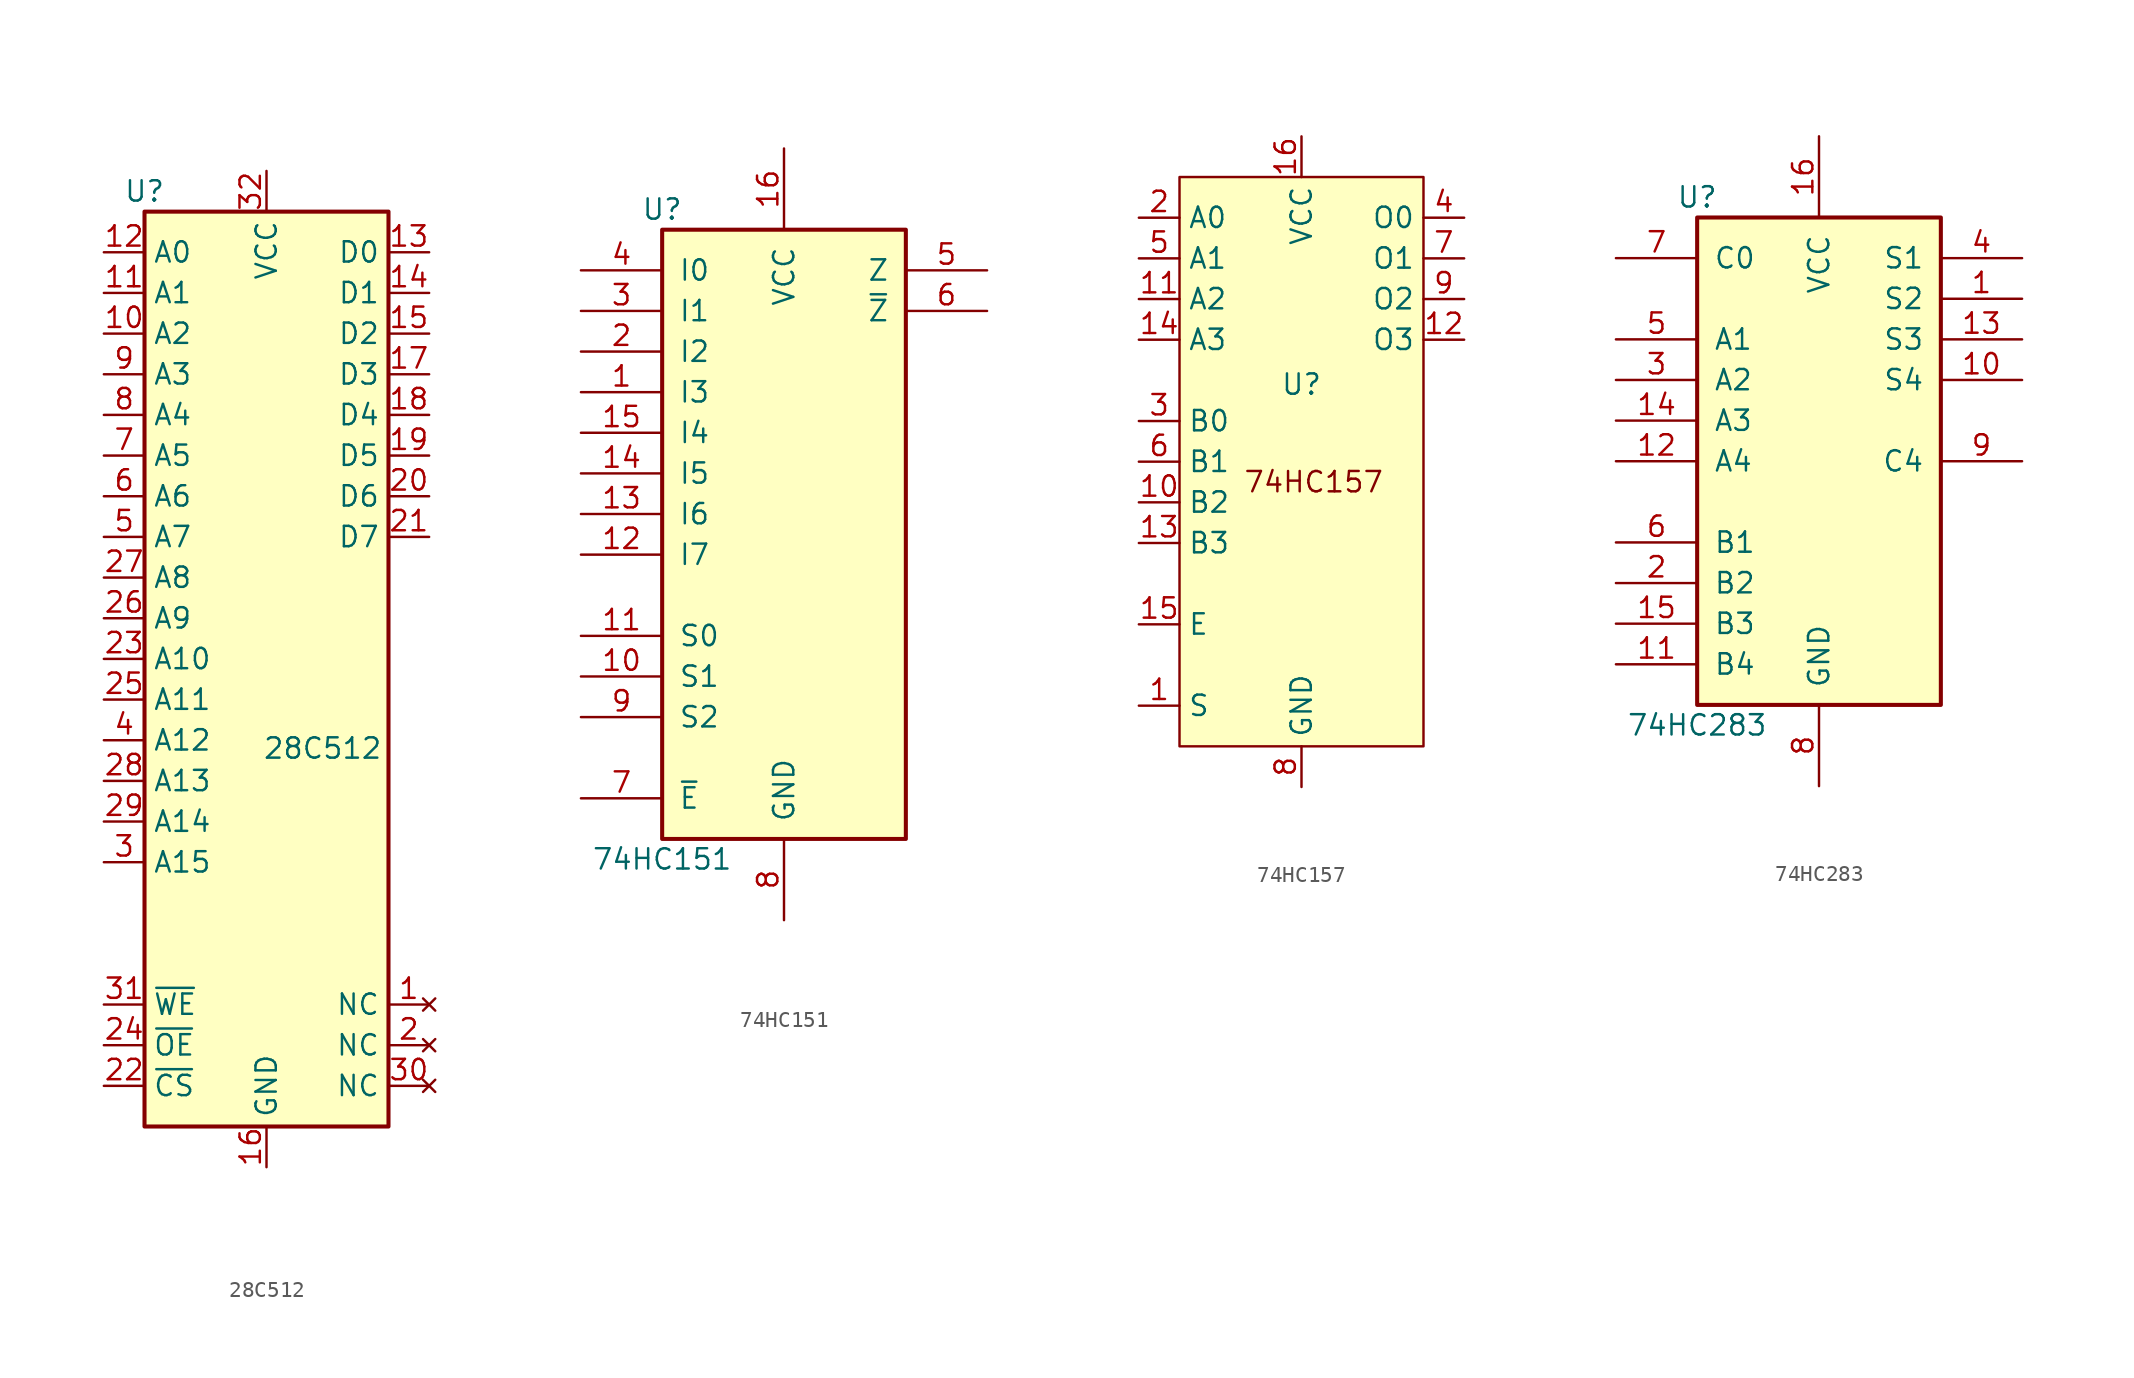
<source format=kicad_sym>
(kicad_symbol_lib
  (version 20241209)
  (generator "kicad_symbol_editor")
  (generator_version "9.0")
  (symbol "28C512"
    (property "Reference" "U"
      (at -7.62 26.67 0)
      (effects (font (size 1.27 1.27))))
    (property "Value" "28C512"
      (at -0.254 -8.128 0)
      (effects (font (size 1.27 1.27)) (justify left)))
    (symbol "28C512_1_1"
      (rectangle (start -7.62 25.4) (end 7.62 -31.75) (stroke (width 0.254) (type default)) (fill (type background)))
      (pin input line (at -10.16 22.86 0) (length 2.54) (name "A0" (effects (font (size 1.27 1.27)))) (number "12" (effects (font (size 1.27 1.27)))))
      (pin input line (at -10.16 20.32 0) (length 2.54) (name "A1" (effects (font (size 1.27 1.27)))) (number "11" (effects (font (size 1.27 1.27)))))
      (pin input line (at -10.16 17.78 0) (length 2.54) (name "A2" (effects (font (size 1.27 1.27)))) (number "10" (effects (font (size 1.27 1.27)))))
      (pin input line (at -10.16 15.24 0) (length 2.54) (name "A3" (effects (font (size 1.27 1.27)))) (number "9" (effects (font (size 1.27 1.27)))))
      (pin input line (at -10.16 12.7 0) (length 2.54) (name "A4" (effects (font (size 1.27 1.27)))) (number "8" (effects (font (size 1.27 1.27)))))
      (pin input line (at -10.16 10.16 0) (length 2.54) (name "A5" (effects (font (size 1.27 1.27)))) (number "7" (effects (font (size 1.27 1.27)))))
      (pin input line (at -10.16 7.62 0) (length 2.54) (name "A6" (effects (font (size 1.27 1.27)))) (number "6" (effects (font (size 1.27 1.27)))))
      (pin input line (at -10.16 5.08 0) (length 2.54) (name "A7" (effects (font (size 1.27 1.27)))) (number "5" (effects (font (size 1.27 1.27)))))
      (pin input line (at -10.16 2.54 0) (length 2.54) (name "A8" (effects (font (size 1.27 1.27)))) (number "27" (effects (font (size 1.27 1.27)))))
      (pin input line (at -10.16 0 0) (length 2.54) (name "A9" (effects (font (size 1.27 1.27)))) (number "26" (effects (font (size 1.27 1.27)))))
      (pin input line (at -10.16 -2.54 0) (length 2.54) (name "A10" (effects (font (size 1.27 1.27)))) (number "23" (effects (font (size 1.27 1.27)))))
      (pin input line (at -10.16 -5.08 0) (length 2.54) (name "A11" (effects (font (size 1.27 1.27)))) (number "25" (effects (font (size 1.27 1.27)))))
      (pin input line (at -10.16 -7.62 0) (length 2.54) (name "A12" (effects (font (size 1.27 1.27)))) (number "4" (effects (font (size 1.27 1.27)))))
      (pin input line (at -10.16 -10.16 0) (length 2.54) (name "A13" (effects (font (size 1.27 1.27)))) (number "28" (effects (font (size 1.27 1.27)))))
      (pin input line (at -10.16 -12.7 0) (length 2.54) (name "A14" (effects (font (size 1.27 1.27)))) (number "29" (effects (font (size 1.27 1.27)))))
      (pin input line (at -10.16 -15.24 0) (length 2.54) (name "A15" (effects (font (size 1.27 1.27)))) (number "3" (effects (font (size 1.27 1.27)))))
      (pin input line (at -10.16 -24.13 0) (length 2.54) (name "~{WE}" (effects (font (size 1.27 1.27)))) (number "31" (effects (font (size 1.27 1.27)))))
      (pin input line (at -10.16 -26.67 0) (length 2.54) (name "~{OE}" (effects (font (size 1.27 1.27)))) (number "24" (effects (font (size 1.27 1.27)))))
      (pin input line (at -10.16 -29.21 0) (length 2.54) (name "~{CS}" (effects (font (size 1.27 1.27)))) (number "22" (effects (font (size 1.27 1.27)))))
      (pin power_in line (at 0 27.94 270) (length 2.54) (name "VCC" (effects (font (size 1.27 1.27)))) (number "32" (effects (font (size 1.27 1.27)))))
      (pin power_in line (at 0 -34.29 90) (length 2.54) (name "GND" (effects (font (size 1.27 1.27)))) (number "16" (effects (font (size 1.27 1.27)))))
      (pin tri_state line (at 10.16 22.86 180) (length 2.54) (name "D0" (effects (font (size 1.27 1.27)))) (number "13" (effects (font (size 1.27 1.27)))))
      (pin tri_state line (at 10.16 20.32 180) (length 2.54) (name "D1" (effects (font (size 1.27 1.27)))) (number "14" (effects (font (size 1.27 1.27)))))
      (pin tri_state line (at 10.16 17.78 180) (length 2.54) (name "D2" (effects (font (size 1.27 1.27)))) (number "15" (effects (font (size 1.27 1.27)))))
      (pin tri_state line (at 10.16 15.24 180) (length 2.54) (name "D3" (effects (font (size 1.27 1.27)))) (number "17" (effects (font (size 1.27 1.27)))))
      (pin tri_state line (at 10.16 12.7 180) (length 2.54) (name "D4" (effects (font (size 1.27 1.27)))) (number "18" (effects (font (size 1.27 1.27)))))
      (pin tri_state line (at 10.16 10.16 180) (length 2.54) (name "D5" (effects (font (size 1.27 1.27)))) (number "19" (effects (font (size 1.27 1.27)))))
      (pin tri_state line (at 10.16 7.62 180) (length 2.54) (name "D6" (effects (font (size 1.27 1.27)))) (number "20" (effects (font (size 1.27 1.27)))))
      (pin tri_state line (at 10.16 5.08 180) (length 2.54) (name "D7" (effects (font (size 1.27 1.27)))) (number "21" (effects (font (size 1.27 1.27)))))
      (pin no_connect line (at 10.16 -24.13 180) (length 2.54) (name "NC" (effects (font (size 1.27 1.27)))) (number "1" (effects (font (size 1.27 1.27)))))
      (pin no_connect line (at 10.16 -26.67 180) (length 2.54) (name "NC" (effects (font (size 1.27 1.27)))) (number "2" (effects (font (size 1.27 1.27)))))
      (pin no_connect line (at 10.16 -29.21 180) (length 2.54) (name "NC" (effects (font (size 1.27 1.27)))) (number "30" (effects (font (size 1.27 1.27)))))))
  (symbol "74HC151"
    (pin_names
      (offset 1.016))
    (property "Reference" "U"
      (at -7.62 19.05 0)
      (effects (font (size 1.27 1.27))))
    (property "Value" "74HC151"
      (at -7.62 -21.59 0)
      (effects (font (size 1.27 1.27))))
    (property "ki_locked" ""
      (at 0 0 0)
      (effects (font (size 1.27 1.27))))
    (symbol "74HC151_1_0"
      (pin input line (at -12.7 15.24 0) (length 5.08) (name "I0" (effects (font (size 1.27 1.27)))) (number "4" (effects (font (size 1.27 1.27)))))
      (pin input line (at -12.7 12.7 0) (length 5.08) (name "I1" (effects (font (size 1.27 1.27)))) (number "3" (effects (font (size 1.27 1.27)))))
      (pin input line (at -12.7 10.16 0) (length 5.08) (name "I2" (effects (font (size 1.27 1.27)))) (number "2" (effects (font (size 1.27 1.27)))))
      (pin input line (at -12.7 7.62 0) (length 5.08) (name "I3" (effects (font (size 1.27 1.27)))) (number "1" (effects (font (size 1.27 1.27)))))
      (pin input line (at -12.7 5.08 0) (length 5.08) (name "I4" (effects (font (size 1.27 1.27)))) (number "15" (effects (font (size 1.27 1.27)))))
      (pin input line (at -12.7 2.54 0) (length 5.08) (name "I5" (effects (font (size 1.27 1.27)))) (number "14" (effects (font (size 1.27 1.27)))))
      (pin input line (at -12.7 0 0) (length 5.08) (name "I6" (effects (font (size 1.27 1.27)))) (number "13" (effects (font (size 1.27 1.27)))))
      (pin input line (at -12.7 -2.54 0) (length 5.08) (name "I7" (effects (font (size 1.27 1.27)))) (number "12" (effects (font (size 1.27 1.27)))))
      (pin input line (at -12.7 -7.62 0) (length 5.08) (name "S0" (effects (font (size 1.27 1.27)))) (number "11" (effects (font (size 1.27 1.27)))))
      (pin input line (at -12.7 -10.16 0) (length 5.08) (name "S1" (effects (font (size 1.27 1.27)))) (number "10" (effects (font (size 1.27 1.27)))))
      (pin input line (at -12.7 -12.7 0) (length 5.08) (name "S2" (effects (font (size 1.27 1.27)))) (number "9" (effects (font (size 1.27 1.27)))))
      (pin input line (at -12.7 -17.78 0) (length 5.08) (name "~{E}" (effects (font (size 1.27 1.27)))) (number "7" (effects (font (size 1.27 1.27)))))
      (pin power_in line (at 0 22.86 270) (length 5.08) (name "VCC" (effects (font (size 1.27 1.27)))) (number "16" (effects (font (size 1.27 1.27)))))
      (pin power_in line (at 0 -25.4 90) (length 5.08) (name "GND" (effects (font (size 1.27 1.27)))) (number "8" (effects (font (size 1.27 1.27)))))
      (pin output line (at 12.7 15.24 180) (length 5.08) (name "Z" (effects (font (size 1.27 1.27)))) (number "5" (effects (font (size 1.27 1.27)))))
      (pin output line (at 12.7 12.7 180) (length 5.08) (name "~{Z}" (effects (font (size 1.27 1.27)))) (number "6" (effects (font (size 1.27 1.27))))))
    (symbol "74HC151_1_1"
      (rectangle (start -7.62 17.78) (end 7.62 -20.32) (stroke (width 0.254) (type default)) (fill (type background)))))
  (symbol "74HC157"
    (property "Reference" "U"
      (at 0 4.826 0)
      (effects (font (size 1.27 1.27))))
    (property "Value" ""
      (at 0 0 0)
      (effects (font (size 1.27 1.27))))
    (symbol "74HC157_1_1"
      (rectangle (start -7.62 17.78) (end 7.62 -17.78) (stroke (width 0) (type solid)) (fill (type background)))
      (text "74HC157" (at 0.762 -1.27 0) (effects (font (size 1.27 1.27))))
      (pin input line (at -10.16 15.24 0) (length 2.54) (name "A0" (effects (font (size 1.27 1.27)))) (number "2" (effects (font (size 1.27 1.27)))))
      (pin input line (at -10.16 12.7 0) (length 2.54) (name "A1" (effects (font (size 1.27 1.27)))) (number "5" (effects (font (size 1.27 1.27)))))
      (pin input line (at -10.16 10.16 0) (length 2.54) (name "A2" (effects (font (size 1.27 1.27)))) (number "11" (effects (font (size 1.27 1.27)))))
      (pin input line (at -10.16 7.62 0) (length 2.54) (name "A3" (effects (font (size 1.27 1.27)))) (number "14" (effects (font (size 1.27 1.27)))))
      (pin input line (at -10.16 2.54 0) (length 2.54) (name "B0" (effects (font (size 1.27 1.27)))) (number "3" (effects (font (size 1.27 1.27)))))
      (pin input line (at -10.16 0 0) (length 2.54) (name "B1" (effects (font (size 1.27 1.27)))) (number "6" (effects (font (size 1.27 1.27)))))
      (pin input line (at -10.16 -2.54 0) (length 2.54) (name "B2" (effects (font (size 1.27 1.27)))) (number "10" (effects (font (size 1.27 1.27)))))
      (pin input line (at -10.16 -5.08 0) (length 2.54) (name "B3" (effects (font (size 1.27 1.27)))) (number "13" (effects (font (size 1.27 1.27)))))
      (pin input line (at -10.16 -10.16 0) (length 2.54) (name "E" (effects (font (size 1.27 1.27)))) (number "15" (effects (font (size 1.27 1.27)))))
      (pin input line (at -10.16 -15.24 0) (length 2.54) (name "S" (effects (font (size 1.27 1.27)))) (number "1" (effects (font (size 1.27 1.27)))))
      (pin power_in line (at 0 20.32 270) (length 2.54) (name "VCC" (effects (font (size 1.27 1.27)))) (number "16" (effects (font (size 1.27 1.27)))))
      (pin power_in line (at 0 -20.32 90) (length 2.54) (name "GND" (effects (font (size 1.27 1.27)))) (number "8" (effects (font (size 1.27 1.27)))))
      (pin output line (at 10.16 15.24 180) (length 2.54) (name "O0" (effects (font (size 1.27 1.27)))) (number "4" (effects (font (size 1.27 1.27)))))
      (pin output line (at 10.16 12.7 180) (length 2.54) (name "O1" (effects (font (size 1.27 1.27)))) (number "7" (effects (font (size 1.27 1.27)))))
      (pin output line (at 10.16 10.16 180) (length 2.54) (name "O2" (effects (font (size 1.27 1.27)))) (number "9" (effects (font (size 1.27 1.27)))))
      (pin output line (at 10.16 7.62 180) (length 2.54) (name "O3" (effects (font (size 1.27 1.27)))) (number "12" (effects (font (size 1.27 1.27)))))))
  (symbol "74HC283"
    (pin_names
      (offset 1.016))
    (property "Reference" "U"
      (at -7.62 16.51 0)
      (effects (font (size 1.27 1.27))))
    (property "Value" "74HC283"
      (at -7.62 -16.51 0)
      (effects (font (size 1.27 1.27))))
    (property "ki_locked" ""
      (at 0 0 0)
      (effects (font (size 1.27 1.27))))
    (symbol "74HC283_1_0"
      (pin input line (at -12.7 12.7 0) (length 5.08) (name "C0" (effects (font (size 1.27 1.27)))) (number "7" (effects (font (size 1.27 1.27)))))
      (pin input line (at -12.7 7.62 0) (length 5.08) (name "A1" (effects (font (size 1.27 1.27)))) (number "5" (effects (font (size 1.27 1.27)))))
      (pin input line (at -12.7 5.08 0) (length 5.08) (name "A2" (effects (font (size 1.27 1.27)))) (number "3" (effects (font (size 1.27 1.27)))))
      (pin input line (at -12.7 2.54 0) (length 5.08) (name "A3" (effects (font (size 1.27 1.27)))) (number "14" (effects (font (size 1.27 1.27)))))
      (pin input line (at -12.7 0 0) (length 5.08) (name "A4" (effects (font (size 1.27 1.27)))) (number "12" (effects (font (size 1.27 1.27)))))
      (pin input line (at -12.7 -5.08 0) (length 5.08) (name "B1" (effects (font (size 1.27 1.27)))) (number "6" (effects (font (size 1.27 1.27)))))
      (pin input line (at -12.7 -7.62 0) (length 5.08) (name "B2" (effects (font (size 1.27 1.27)))) (number "2" (effects (font (size 1.27 1.27)))))
      (pin input line (at -12.7 -10.16 0) (length 5.08) (name "B3" (effects (font (size 1.27 1.27)))) (number "15" (effects (font (size 1.27 1.27)))))
      (pin input line (at -12.7 -12.7 0) (length 5.08) (name "B4" (effects (font (size 1.27 1.27)))) (number "11" (effects (font (size 1.27 1.27)))))
      (pin power_in line (at 0 20.32 270) (length 5.08) (name "VCC" (effects (font (size 1.27 1.27)))) (number "16" (effects (font (size 1.27 1.27)))))
      (pin power_in line (at 0 -20.32 90) (length 5.08) (name "GND" (effects (font (size 1.27 1.27)))) (number "8" (effects (font (size 1.27 1.27)))))
      (pin output line (at 12.7 12.7 180) (length 5.08) (name "S1" (effects (font (size 1.27 1.27)))) (number "4" (effects (font (size 1.27 1.27)))))
      (pin output line (at 12.7 10.16 180) (length 5.08) (name "S2" (effects (font (size 1.27 1.27)))) (number "1" (effects (font (size 1.27 1.27)))))
      (pin output line (at 12.7 7.62 180) (length 5.08) (name "S3" (effects (font (size 1.27 1.27)))) (number "13" (effects (font (size 1.27 1.27)))))
      (pin output line (at 12.7 5.08 180) (length 5.08) (name "S4" (effects (font (size 1.27 1.27)))) (number "10" (effects (font (size 1.27 1.27)))))
      (pin output line (at 12.7 0 180) (length 5.08) (name "C4" (effects (font (size 1.27 1.27)))) (number "9" (effects (font (size 1.27 1.27))))))
    (symbol "74HC283_1_1"
      (rectangle (start -7.62 15.24) (end 7.62 -15.24) (stroke (width 0.254) (type default)) (fill (type background))))))
</source>
